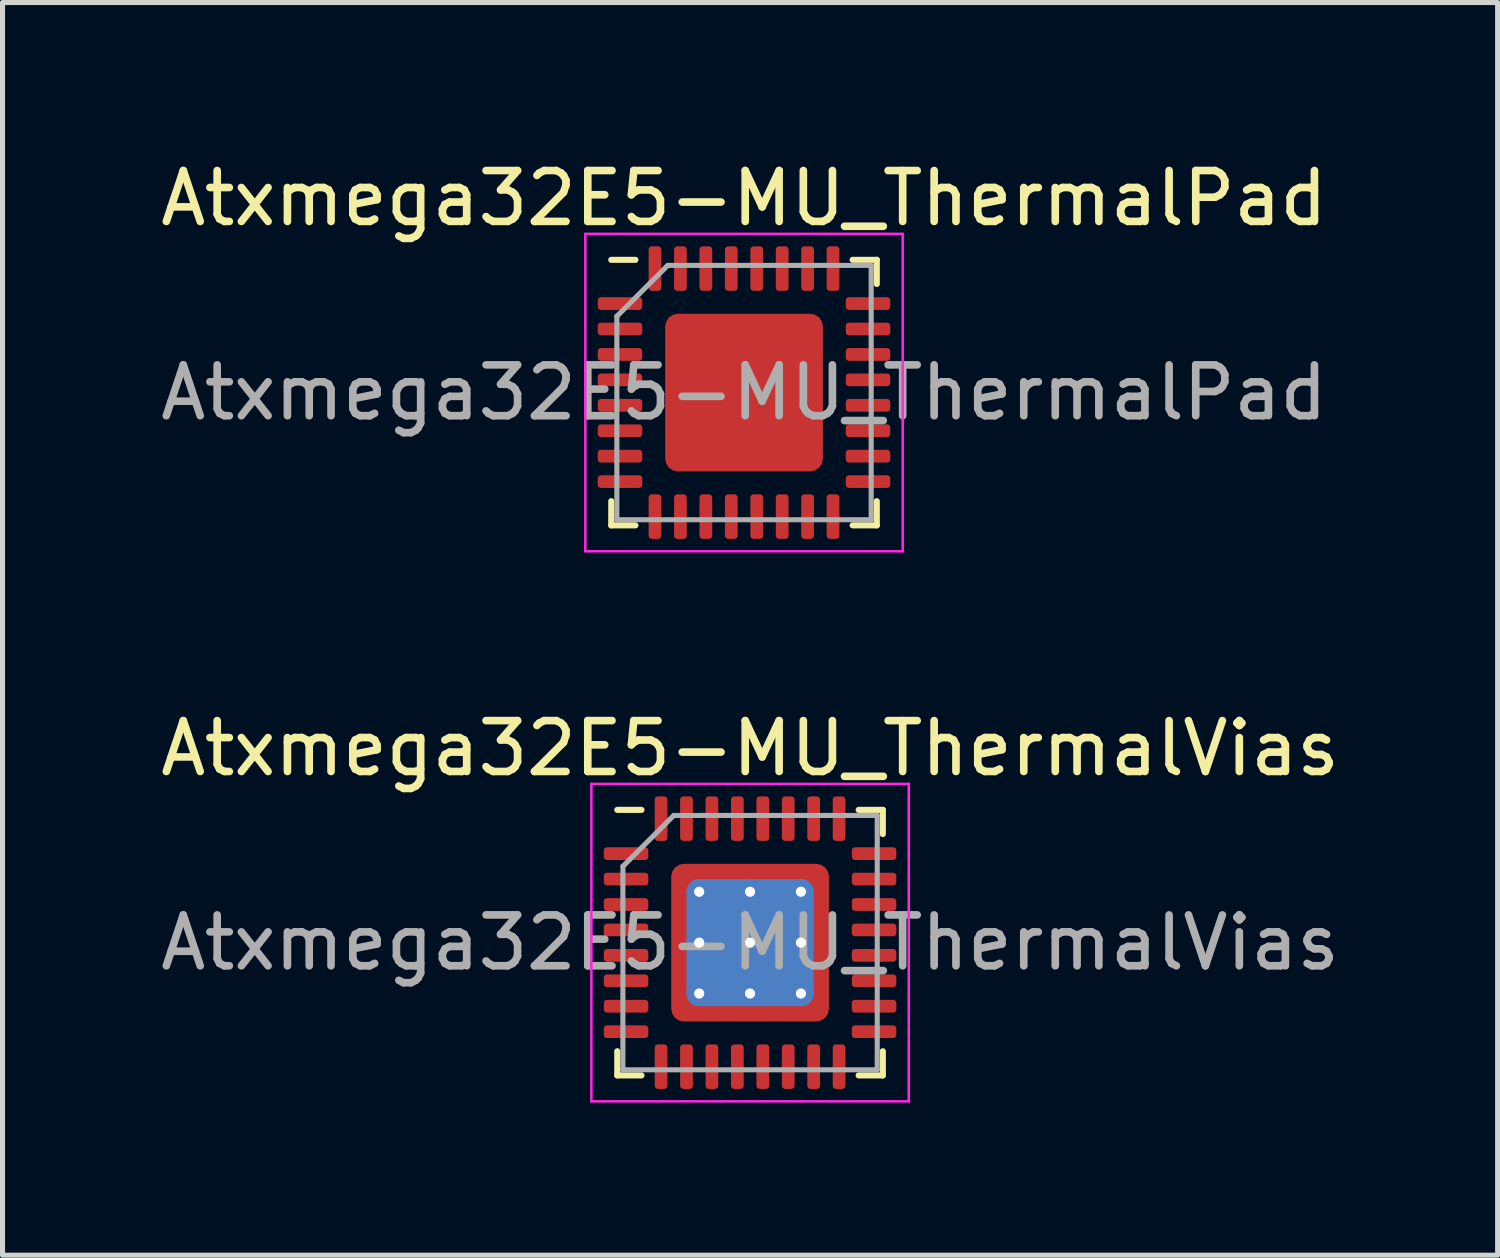
<source format=kicad_pcb>
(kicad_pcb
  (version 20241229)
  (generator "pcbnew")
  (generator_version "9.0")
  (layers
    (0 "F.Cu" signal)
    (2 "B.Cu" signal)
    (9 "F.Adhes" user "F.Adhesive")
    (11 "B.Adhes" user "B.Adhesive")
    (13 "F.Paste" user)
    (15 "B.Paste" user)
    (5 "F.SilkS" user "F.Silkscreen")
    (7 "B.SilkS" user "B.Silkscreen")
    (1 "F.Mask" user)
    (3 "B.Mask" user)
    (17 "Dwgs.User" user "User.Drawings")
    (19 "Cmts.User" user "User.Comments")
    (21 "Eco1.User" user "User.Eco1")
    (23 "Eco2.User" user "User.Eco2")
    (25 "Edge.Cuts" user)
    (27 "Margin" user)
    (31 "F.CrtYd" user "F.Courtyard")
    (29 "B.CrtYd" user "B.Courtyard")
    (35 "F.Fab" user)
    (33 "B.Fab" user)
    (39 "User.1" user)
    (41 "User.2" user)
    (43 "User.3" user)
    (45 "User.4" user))
  (footprint "Atxmega32E5-MU_ThermalVias"
    (layer "F.Cu")
    (at 11.696 15.482)
    (property "Reference" "Atxmega32E5-MU_ThermalVias" (at 0 -3.82 0) (layer "F.SilkS") (effects (font (size 1 1) (thickness 0.15))))
    (attr smd)
    (fp_line (start -2.61 2.61) (end -2.61 2.135) (stroke (width 0.12) (type solid)) (layer "F.SilkS"))
    (fp_line (start -2.135 -2.61) (end -2.61 -2.61) (stroke (width 0.12) (type solid)) (layer "F.SilkS"))
    (fp_line (start -2.135 2.61) (end -2.61 2.61) (stroke (width 0.12) (type solid)) (layer "F.SilkS"))
    (fp_line (start 2.135 -2.61) (end 2.61 -2.61) (stroke (width 0.12) (type solid)) (layer "F.SilkS"))
    (fp_line (start 2.135 2.61) (end 2.61 2.61) (stroke (width 0.12) (type solid)) (layer "F.SilkS"))
    (fp_line (start 2.61 -2.61) (end 2.61 -2.135) (stroke (width 0.12) (type solid)) (layer "F.SilkS"))
    (fp_line (start 2.61 2.61) (end 2.61 2.135) (stroke (width 0.12) (type solid)) (layer "F.SilkS"))
    (fp_line (start -3.12 -3.12) (end -3.12 3.12) (stroke (width 0.05) (type solid)) (layer "F.CrtYd"))
    (fp_line (start -3.12 3.12) (end 3.12 3.12) (stroke (width 0.05) (type solid)) (layer "F.CrtYd"))
    (fp_line (start 3.12 -3.12) (end -3.12 -3.12) (stroke (width 0.05) (type solid)) (layer "F.CrtYd"))
    (fp_line (start 3.12 3.12) (end 3.12 -3.12) (stroke (width 0.05) (type solid)) (layer "F.CrtYd"))
    (fp_line (start -2.5 -1.5) (end -1.5 -2.5) (stroke (width 0.1) (type solid)) (layer "F.Fab"))
    (fp_line (start -2.5 2.5) (end -2.5 -1.5) (stroke (width 0.1) (type solid)) (layer "F.Fab"))
    (fp_line (start -1.5 -2.5) (end 2.5 -2.5) (stroke (width 0.1) (type solid)) (layer "F.Fab"))
    (fp_line (start 2.5 -2.5) (end 2.5 2.5) (stroke (width 0.1) (type solid)) (layer "F.Fab"))
    (fp_line (start 2.5 2.5) (end -2.5 2.5) (stroke (width 0.1) (type solid)) (layer "F.Fab"))
    (fp_text user "${REFERENCE}" (at 0 0 0) (layer "F.Fab") (effects (font (size 1 1) (thickness 0.15))))
    (pad "" smd custom (at -1.275 -1.275) (size 0.319 0.319) (layers "F.Paste") (options (anchor circle)) (primitives (gr_poly (pts (xy -0.222 -0.222) (xy 0.222 -0.222) (xy 0.222 0.045) (xy 0.045 0.222) (xy -0.222 0.222)) (width 0) (fill yes))))
    (pad "" smd custom (at -1.275 -0.5) (size 0.35 0.35) (layers "F.Paste") (options (anchor circle)) (primitives (gr_poly (pts (xy -0.222 -0.403) (xy 0.089 -0.403) (xy 0.222 -0.27) (xy 0.222 0.27) (xy 0.089 0.403) (xy -0.222 0.403)) (width 0) (fill yes))))
    (pad "" smd custom (at -1.275 0.5) (size 0.35 0.35) (layers "F.Paste") (options (anchor circle)) (primitives (gr_poly (pts (xy -0.222 -0.403) (xy 0.089 -0.403) (xy 0.222 -0.27) (xy 0.222 0.27) (xy 0.089 0.403) (xy -0.222 0.403)) (width 0) (fill yes))))
    (pad "" smd custom (at -1.275 1.275) (size 0.319 0.319) (layers "F.Paste") (options (anchor circle)) (primitives (gr_poly (pts (xy -0.222 -0.222) (xy 0.045 -0.222) (xy 0.222 -0.045) (xy 0.222 0.222) (xy -0.222 0.222)) (width 0) (fill yes))))
    (pad "" smd custom (at -0.5 -1.275) (size 0.35 0.35) (layers "F.Paste") (options (anchor circle)) (primitives (gr_poly (pts (xy -0.403 -0.222) (xy 0.403 -0.222) (xy 0.403 0.089) (xy 0.27 0.222) (xy -0.27 0.222) (xy -0.403 0.089)) (width 0) (fill yes))))
    (pad "" smd roundrect (at -0.5 -0.5) (size 0.806 0.806) (layers "F.Paste") (roundrect_rratio 0.25))
    (pad "" smd roundrect (at -0.5 0.5) (size 0.806 0.806) (layers "F.Paste") (roundrect_rratio 0.25))
    (pad "" smd custom (at -0.5 1.275) (size 0.35 0.35) (layers "F.Paste") (options (anchor circle)) (primitives (gr_poly (pts (xy -0.403 -0.089) (xy -0.27 -0.222) (xy 0.27 -0.222) (xy 0.403 -0.089) (xy 0.403 0.222) (xy -0.403 0.222)) (width 0) (fill yes))))
    (pad "" smd custom (at 0.5 -1.275) (size 0.35 0.35) (layers "F.Paste") (options (anchor circle)) (primitives (gr_poly (pts (xy -0.403 -0.222) (xy 0.403 -0.222) (xy 0.403 0.089) (xy 0.27 0.222) (xy -0.27 0.222) (xy -0.403 0.089)) (width 0) (fill yes))))
    (pad "" smd roundrect (at 0.5 -0.5) (size 0.806 0.806) (layers "F.Paste") (roundrect_rratio 0.25))
    (pad "" smd roundrect (at 0.5 0.5) (size 0.806 0.806) (layers "F.Paste") (roundrect_rratio 0.25))
    (pad "" smd custom (at 0.5 1.275) (size 0.35 0.35) (layers "F.Paste") (options (anchor circle)) (primitives (gr_poly (pts (xy -0.403 -0.089) (xy -0.27 -0.222) (xy 0.27 -0.222) (xy 0.403 -0.089) (xy 0.403 0.222) (xy -0.403 0.222)) (width 0) (fill yes))))
    (pad "" smd custom (at 1.275 -1.275) (size 0.319 0.319) (layers "F.Paste") (options (anchor circle)) (primitives (gr_poly (pts (xy -0.222 -0.222) (xy 0.222 -0.222) (xy 0.222 0.222) (xy -0.045 0.222) (xy -0.222 0.045)) (width 0) (fill yes))))
    (pad "" smd custom (at 1.275 -0.5) (size 0.35 0.35) (layers "F.Paste") (options (anchor circle)) (primitives (gr_poly (pts (xy -0.222 -0.27) (xy -0.089 -0.403) (xy 0.222 -0.403) (xy 0.222 0.403) (xy -0.089 0.403) (xy -0.222 0.27)) (width 0) (fill yes))))
    (pad "" smd custom (at 1.275 0.5) (size 0.35 0.35) (layers "F.Paste") (options (anchor circle)) (primitives (gr_poly (pts (xy -0.222 -0.27) (xy -0.089 -0.403) (xy 0.222 -0.403) (xy 0.222 0.403) (xy -0.089 0.403) (xy -0.222 0.27)) (width 0) (fill yes))))
    (pad "" smd custom (at 1.275 1.275) (size 0.319 0.319) (layers "F.Paste") (options (anchor circle)) (primitives (gr_poly (pts (xy -0.222 -0.045) (xy -0.045 -0.222) (xy 0.222 -0.222) (xy 0.222 0.222) (xy -0.222 0.222)) (width 0) (fill yes))))
    (pad "1" smd roundrect (at -2.438 -1.75) (size 0.875 0.25) (layers "F.Cu" "F.Mask" "F.Paste") (roundrect_rratio 0.25))
    (pad "2" smd roundrect (at -2.438 -1.25) (size 0.875 0.25) (layers "F.Cu" "F.Mask" "F.Paste") (roundrect_rratio 0.25))
    (pad "3" smd roundrect (at -2.438 -0.75) (size 0.875 0.25) (layers "F.Cu" "F.Mask" "F.Paste") (roundrect_rratio 0.25))
    (pad "4" smd roundrect (at -2.438 -0.25) (size 0.875 0.25) (layers "F.Cu" "F.Mask" "F.Paste") (roundrect_rratio 0.25))
    (pad "5" smd roundrect (at -2.438 0.25) (size 0.875 0.25) (layers "F.Cu" "F.Mask" "F.Paste") (roundrect_rratio 0.25))
    (pad "6" smd roundrect (at -2.438 0.75) (size 0.875 0.25) (layers "F.Cu" "F.Mask" "F.Paste") (roundrect_rratio 0.25))
    (pad "7" smd roundrect (at -2.438 1.25) (size 0.875 0.25) (layers "F.Cu" "F.Mask" "F.Paste") (roundrect_rratio 0.25))
    (pad "8" smd roundrect (at -2.438 1.75) (size 0.875 0.25) (layers "F.Cu" "F.Mask" "F.Paste") (roundrect_rratio 0.25))
    (pad "9" smd roundrect (at -1.75 2.438) (size 0.25 0.875) (layers "F.Cu" "F.Mask" "F.Paste") (roundrect_rratio 0.25))
    (pad "10" smd roundrect (at -1.25 2.438) (size 0.25 0.875) (layers "F.Cu" "F.Mask" "F.Paste") (roundrect_rratio 0.25))
    (pad "11" smd roundrect (at -0.75 2.438) (size 0.25 0.875) (layers "F.Cu" "F.Mask" "F.Paste") (roundrect_rratio 0.25))
    (pad "12" smd roundrect (at -0.25 2.438) (size 0.25 0.875) (layers "F.Cu" "F.Mask" "F.Paste") (roundrect_rratio 0.25))
    (pad "13" smd roundrect (at 0.25 2.438) (size 0.25 0.875) (layers "F.Cu" "F.Mask" "F.Paste") (roundrect_rratio 0.25))
    (pad "14" smd roundrect (at 0.75 2.438) (size 0.25 0.875) (layers "F.Cu" "F.Mask" "F.Paste") (roundrect_rratio 0.25))
    (pad "15" smd roundrect (at 1.25 2.438) (size 0.25 0.875) (layers "F.Cu" "F.Mask" "F.Paste") (roundrect_rratio 0.25))
    (pad "16" smd roundrect (at 1.75 2.438) (size 0.25 0.875) (layers "F.Cu" "F.Mask" "F.Paste") (roundrect_rratio 0.25))
    (pad "17" smd roundrect (at 2.438 1.75) (size 0.875 0.25) (layers "F.Cu" "F.Mask" "F.Paste") (roundrect_rratio 0.25))
    (pad "18" smd roundrect (at 2.438 1.25) (size 0.875 0.25) (layers "F.Cu" "F.Mask" "F.Paste") (roundrect_rratio 0.25))
    (pad "19" smd roundrect (at 2.438 0.75) (size 0.875 0.25) (layers "F.Cu" "F.Mask" "F.Paste") (roundrect_rratio 0.25))
    (pad "20" smd roundrect (at 2.438 0.25) (size 0.875 0.25) (layers "F.Cu" "F.Mask" "F.Paste") (roundrect_rratio 0.25))
    (pad "21" smd roundrect (at 2.438 -0.25) (size 0.875 0.25) (layers "F.Cu" "F.Mask" "F.Paste") (roundrect_rratio 0.25))
    (pad "22" smd roundrect (at 2.438 -0.75) (size 0.875 0.25) (layers "F.Cu" "F.Mask" "F.Paste") (roundrect_rratio 0.25))
    (pad "23" smd roundrect (at 2.438 -1.25) (size 0.875 0.25) (layers "F.Cu" "F.Mask" "F.Paste") (roundrect_rratio 0.25))
    (pad "24" smd roundrect (at 2.438 -1.75) (size 0.875 0.25) (layers "F.Cu" "F.Mask" "F.Paste") (roundrect_rratio 0.25))
    (pad "25" smd roundrect (at 1.75 -2.438) (size 0.25 0.875) (layers "F.Cu" "F.Mask" "F.Paste") (roundrect_rratio 0.25))
    (pad "26" smd roundrect (at 1.25 -2.438) (size 0.25 0.875) (layers "F.Cu" "F.Mask" "F.Paste") (roundrect_rratio 0.25))
    (pad "27" smd roundrect (at 0.75 -2.438) (size 0.25 0.875) (layers "F.Cu" "F.Mask" "F.Paste") (roundrect_rratio 0.25))
    (pad "28" smd roundrect (at 0.25 -2.438) (size 0.25 0.875) (layers "F.Cu" "F.Mask" "F.Paste") (roundrect_rratio 0.25))
    (pad "29" smd roundrect (at -0.25 -2.438) (size 0.25 0.875) (layers "F.Cu" "F.Mask" "F.Paste") (roundrect_rratio 0.25))
    (pad "30" smd roundrect (at -0.75 -2.438) (size 0.25 0.875) (layers "F.Cu" "F.Mask" "F.Paste") (roundrect_rratio 0.25))
    (pad "31" smd roundrect (at -1.25 -2.438) (size 0.25 0.875) (layers "F.Cu" "F.Mask" "F.Paste") (roundrect_rratio 0.25))
    (pad "32" smd roundrect (at -1.75 -2.438) (size 0.25 0.875) (layers "F.Cu" "F.Mask" "F.Paste") (roundrect_rratio 0.25))
    (pad "33" thru_hole circle (at -1 -1) (size 0.5 0.5) (drill 0.2) (layers "*.Cu"))
    (pad "33" thru_hole circle (at -1 0) (size 0.5 0.5) (drill 0.2) (layers "*.Cu"))
    (pad "33" thru_hole circle (at -1 1) (size 0.5 0.5) (drill 0.2) (layers "*.Cu"))
    (pad "33" thru_hole circle (at 0 -1) (size 0.5 0.5) (drill 0.2) (layers "*.Cu"))
    (pad "33" thru_hole circle (at 0 0) (size 0.5 0.5) (drill 0.2) (layers "*.Cu"))
    (pad "33" smd roundrect (at 0 0) (size 2.5 2.5) (layers "B.Cu") (roundrect_rratio 0.1))
    (pad "33" smd roundrect (at 0 0) (size 3.1 3.1) (layers "F.Cu" "F.Mask") (roundrect_rratio 0.081))
    (pad "33" thru_hole circle (at 0 1) (size 0.5 0.5) (drill 0.2) (layers "*.Cu"))
    (pad "33" thru_hole circle (at 1 -1) (size 0.5 0.5) (drill 0.2) (layers "*.Cu"))
    (pad "33" thru_hole circle (at 1 0) (size 0.5 0.5) (drill 0.2) (layers "*.Cu"))
    (pad "33" thru_hole circle (at 1 1) (size 0.5 0.5) (drill 0.2) (layers "*.Cu")))
  (footprint "Atxmega32E5-MU_ThermalPad"
    (layer "F.Cu")
    (at 11.577 4.668)
    (property "Reference" "Atxmega32E5-MU_ThermalPad" (at 0 -3.82 0) (layer "F.SilkS") (effects (font (size 1 1) (thickness 0.15))))
    (attr smd)
    (fp_line (start -2.61 2.61) (end -2.61 2.135) (stroke (width 0.12) (type solid)) (layer "F.SilkS"))
    (fp_line (start -2.135 -2.61) (end -2.61 -2.61) (stroke (width 0.12) (type solid)) (layer "F.SilkS"))
    (fp_line (start -2.135 2.61) (end -2.61 2.61) (stroke (width 0.12) (type solid)) (layer "F.SilkS"))
    (fp_line (start 2.135 -2.61) (end 2.61 -2.61) (stroke (width 0.12) (type solid)) (layer "F.SilkS"))
    (fp_line (start 2.135 2.61) (end 2.61 2.61) (stroke (width 0.12) (type solid)) (layer "F.SilkS"))
    (fp_line (start 2.61 -2.61) (end 2.61 -2.135) (stroke (width 0.12) (type solid)) (layer "F.SilkS"))
    (fp_line (start 2.61 2.61) (end 2.61 2.135) (stroke (width 0.12) (type solid)) (layer "F.SilkS"))
    (fp_line (start -3.12 -3.12) (end -3.12 3.12) (stroke (width 0.05) (type solid)) (layer "F.CrtYd"))
    (fp_line (start -3.12 3.12) (end 3.12 3.12) (stroke (width 0.05) (type solid)) (layer "F.CrtYd"))
    (fp_line (start 3.12 -3.12) (end -3.12 -3.12) (stroke (width 0.05) (type solid)) (layer "F.CrtYd"))
    (fp_line (start 3.12 3.12) (end 3.12 -3.12) (stroke (width 0.05) (type solid)) (layer "F.CrtYd"))
    (fp_line (start -2.5 -1.5) (end -1.5 -2.5) (stroke (width 0.1) (type solid)) (layer "F.Fab"))
    (fp_line (start -2.5 2.5) (end -2.5 -1.5) (stroke (width 0.1) (type solid)) (layer "F.Fab"))
    (fp_line (start -1.5 -2.5) (end 2.5 -2.5) (stroke (width 0.1) (type solid)) (layer "F.Fab"))
    (fp_line (start 2.5 -2.5) (end 2.5 2.5) (stroke (width 0.1) (type solid)) (layer "F.Fab"))
    (fp_line (start 2.5 2.5) (end -2.5 2.5) (stroke (width 0.1) (type solid)) (layer "F.Fab"))
    (fp_text user "${REFERENCE}" (at 0 0 0) (layer "F.Fab") (effects (font (size 1 1) (thickness 0.15))))
    (pad "" smd roundrect (at -1.03 -1.03) (size 0.83 0.83) (layers "F.Paste") (roundrect_rratio 0.25))
    (pad "" smd roundrect (at -1.03 0) (size 0.83 0.83) (layers "F.Paste") (roundrect_rratio 0.25))
    (pad "" smd roundrect (at -1.03 1.03) (size 0.83 0.83) (layers "F.Paste") (roundrect_rratio 0.25))
    (pad "" smd roundrect (at 0 -1.03) (size 0.83 0.83) (layers "F.Paste") (roundrect_rratio 0.25))
    (pad "" smd roundrect (at 0 0) (size 0.83 0.83) (layers "F.Paste") (roundrect_rratio 0.25))
    (pad "" smd roundrect (at 0 1.03) (size 0.83 0.83) (layers "F.Paste") (roundrect_rratio 0.25))
    (pad "" smd roundrect (at 1.03 -1.03) (size 0.83 0.83) (layers "F.Paste") (roundrect_rratio 0.25))
    (pad "" smd roundrect (at 1.03 0) (size 0.83 0.83) (layers "F.Paste") (roundrect_rratio 0.25))
    (pad "" smd roundrect (at 1.03 1.03) (size 0.83 0.83) (layers "F.Paste") (roundrect_rratio 0.25))
    (pad "1" smd roundrect (at -2.438 -1.75) (size 0.875 0.25) (layers "F.Cu" "F.Mask" "F.Paste") (roundrect_rratio 0.25))
    (pad "2" smd roundrect (at -2.438 -1.25) (size 0.875 0.25) (layers "F.Cu" "F.Mask" "F.Paste") (roundrect_rratio 0.25))
    (pad "3" smd roundrect (at -2.438 -0.75) (size 0.875 0.25) (layers "F.Cu" "F.Mask" "F.Paste") (roundrect_rratio 0.25))
    (pad "4" smd roundrect (at -2.438 -0.25) (size 0.875 0.25) (layers "F.Cu" "F.Mask" "F.Paste") (roundrect_rratio 0.25))
    (pad "5" smd roundrect (at -2.438 0.25) (size 0.875 0.25) (layers "F.Cu" "F.Mask" "F.Paste") (roundrect_rratio 0.25))
    (pad "6" smd roundrect (at -2.438 0.75) (size 0.875 0.25) (layers "F.Cu" "F.Mask" "F.Paste") (roundrect_rratio 0.25))
    (pad "7" smd roundrect (at -2.438 1.25) (size 0.875 0.25) (layers "F.Cu" "F.Mask" "F.Paste") (roundrect_rratio 0.25))
    (pad "8" smd roundrect (at -2.438 1.75) (size 0.875 0.25) (layers "F.Cu" "F.Mask" "F.Paste") (roundrect_rratio 0.25))
    (pad "9" smd roundrect (at -1.75 2.438) (size 0.25 0.875) (layers "F.Cu" "F.Mask" "F.Paste") (roundrect_rratio 0.25))
    (pad "10" smd roundrect (at -1.25 2.438) (size 0.25 0.875) (layers "F.Cu" "F.Mask" "F.Paste") (roundrect_rratio 0.25))
    (pad "11" smd roundrect (at -0.75 2.438) (size 0.25 0.875) (layers "F.Cu" "F.Mask" "F.Paste") (roundrect_rratio 0.25))
    (pad "12" smd roundrect (at -0.25 2.438) (size 0.25 0.875) (layers "F.Cu" "F.Mask" "F.Paste") (roundrect_rratio 0.25))
    (pad "13" smd roundrect (at 0.25 2.438) (size 0.25 0.875) (layers "F.Cu" "F.Mask" "F.Paste") (roundrect_rratio 0.25))
    (pad "14" smd roundrect (at 0.75 2.438) (size 0.25 0.875) (layers "F.Cu" "F.Mask" "F.Paste") (roundrect_rratio 0.25))
    (pad "15" smd roundrect (at 1.25 2.438) (size 0.25 0.875) (layers "F.Cu" "F.Mask" "F.Paste") (roundrect_rratio 0.25))
    (pad "16" smd roundrect (at 1.75 2.438) (size 0.25 0.875) (layers "F.Cu" "F.Mask" "F.Paste") (roundrect_rratio 0.25))
    (pad "17" smd roundrect (at 2.438 1.75) (size 0.875 0.25) (layers "F.Cu" "F.Mask" "F.Paste") (roundrect_rratio 0.25))
    (pad "18" smd roundrect (at 2.438 1.25) (size 0.875 0.25) (layers "F.Cu" "F.Mask" "F.Paste") (roundrect_rratio 0.25))
    (pad "19" smd roundrect (at 2.438 0.75) (size 0.875 0.25) (layers "F.Cu" "F.Mask" "F.Paste") (roundrect_rratio 0.25))
    (pad "20" smd roundrect (at 2.438 0.25) (size 0.875 0.25) (layers "F.Cu" "F.Mask" "F.Paste") (roundrect_rratio 0.25))
    (pad "21" smd roundrect (at 2.438 -0.25) (size 0.875 0.25) (layers "F.Cu" "F.Mask" "F.Paste") (roundrect_rratio 0.25))
    (pad "22" smd roundrect (at 2.438 -0.75) (size 0.875 0.25) (layers "F.Cu" "F.Mask" "F.Paste") (roundrect_rratio 0.25))
    (pad "23" smd roundrect (at 2.438 -1.25) (size 0.875 0.25) (layers "F.Cu" "F.Mask" "F.Paste") (roundrect_rratio 0.25))
    (pad "24" smd roundrect (at 2.438 -1.75) (size 0.875 0.25) (layers "F.Cu" "F.Mask" "F.Paste") (roundrect_rratio 0.25))
    (pad "25" smd roundrect (at 1.75 -2.438) (size 0.25 0.875) (layers "F.Cu" "F.Mask" "F.Paste") (roundrect_rratio 0.25))
    (pad "26" smd roundrect (at 1.25 -2.438) (size 0.25 0.875) (layers "F.Cu" "F.Mask" "F.Paste") (roundrect_rratio 0.25))
    (pad "27" smd roundrect (at 0.75 -2.438) (size 0.25 0.875) (layers "F.Cu" "F.Mask" "F.Paste") (roundrect_rratio 0.25))
    (pad "28" smd roundrect (at 0.25 -2.438) (size 0.25 0.875) (layers "F.Cu" "F.Mask" "F.Paste") (roundrect_rratio 0.25))
    (pad "29" smd roundrect (at -0.25 -2.438) (size 0.25 0.875) (layers "F.Cu" "F.Mask" "F.Paste") (roundrect_rratio 0.25))
    (pad "30" smd roundrect (at -0.75 -2.438) (size 0.25 0.875) (layers "F.Cu" "F.Mask" "F.Paste") (roundrect_rratio 0.25))
    (pad "31" smd roundrect (at -1.25 -2.438) (size 0.25 0.875) (layers "F.Cu" "F.Mask" "F.Paste") (roundrect_rratio 0.25))
    (pad "32" smd roundrect (at -1.75 -2.438) (size 0.25 0.875) (layers "F.Cu" "F.Mask" "F.Paste") (roundrect_rratio 0.25))
    (pad "33" smd roundrect (at 0 0) (size 3.1 3.1) (layers "F.Cu" "F.Mask") (roundrect_rratio 0.081)))
  (gr_rect
    (start -3 -3)
    (end 26.393 21.627)
    (stroke (width 0.1) (type default))
    (fill no)
    (layer "Edge.Cuts")))
</source>
